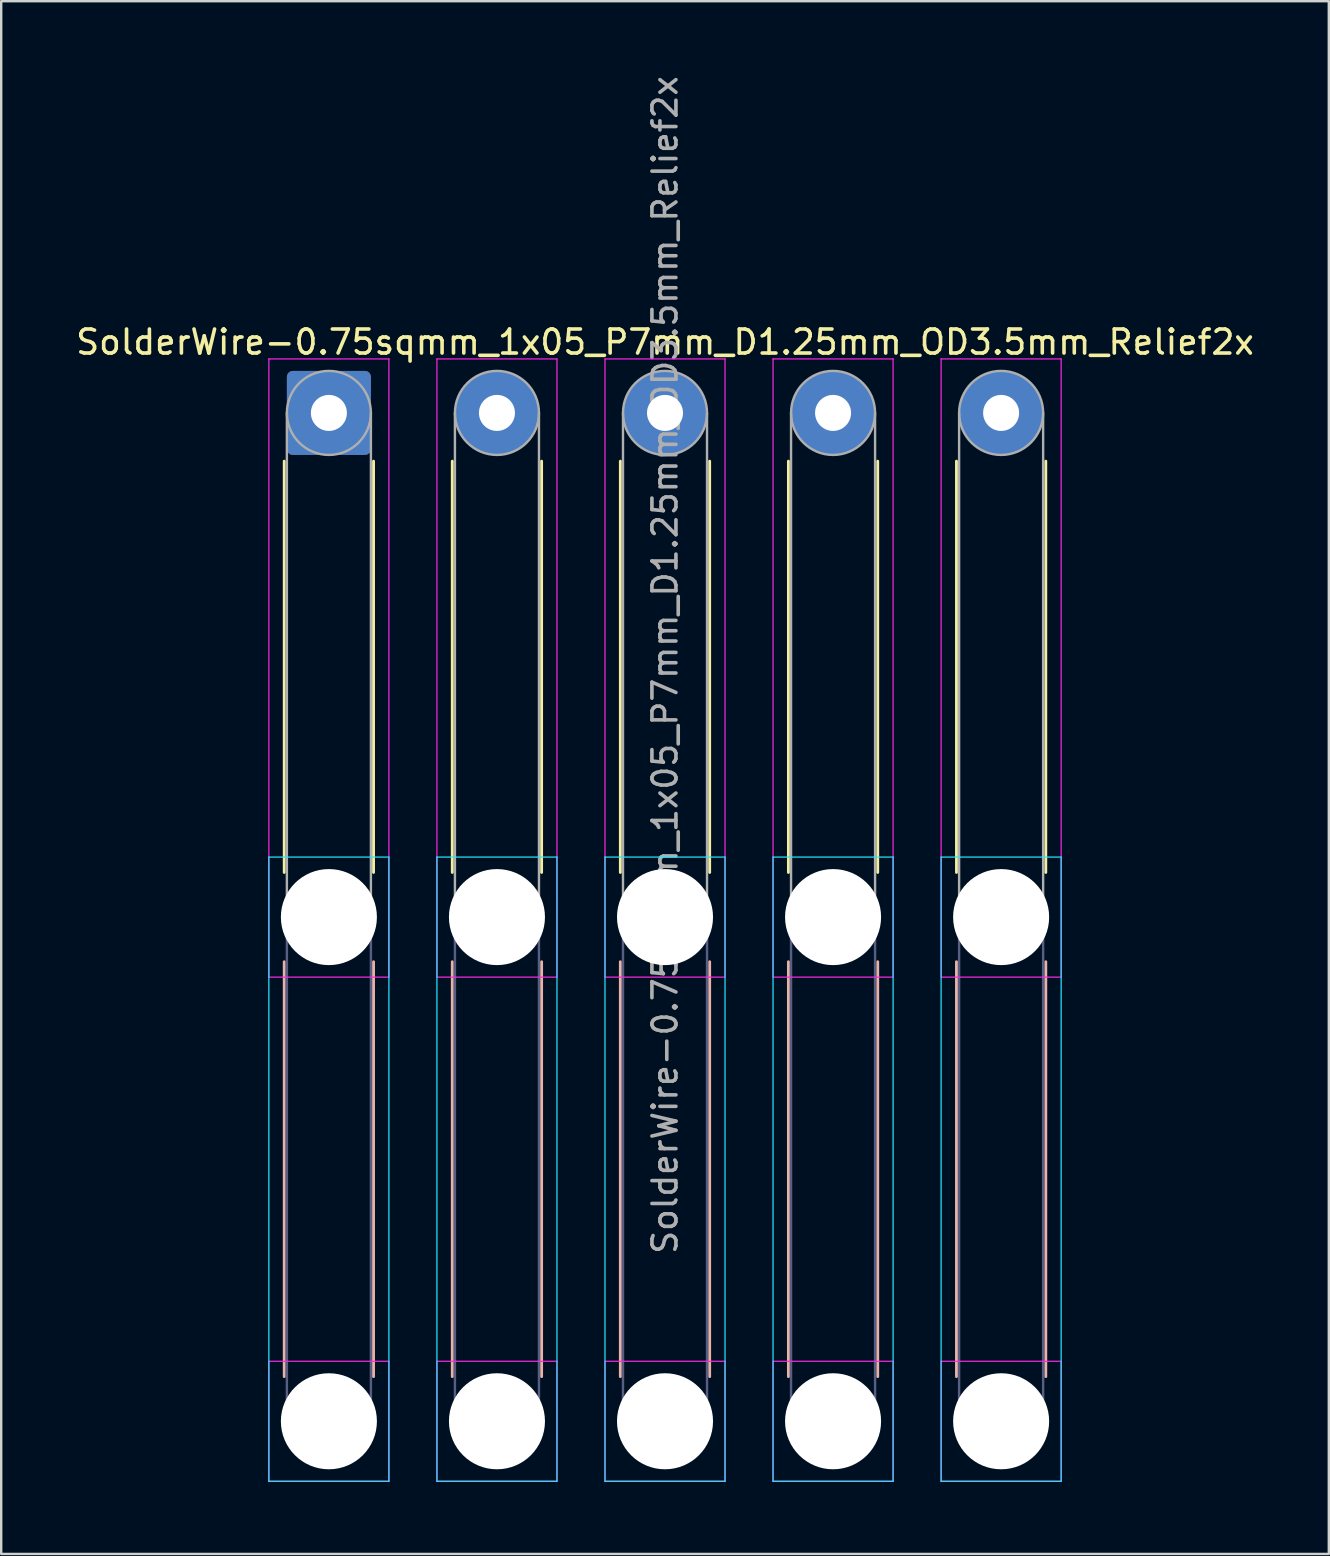
<source format=kicad_pcb>
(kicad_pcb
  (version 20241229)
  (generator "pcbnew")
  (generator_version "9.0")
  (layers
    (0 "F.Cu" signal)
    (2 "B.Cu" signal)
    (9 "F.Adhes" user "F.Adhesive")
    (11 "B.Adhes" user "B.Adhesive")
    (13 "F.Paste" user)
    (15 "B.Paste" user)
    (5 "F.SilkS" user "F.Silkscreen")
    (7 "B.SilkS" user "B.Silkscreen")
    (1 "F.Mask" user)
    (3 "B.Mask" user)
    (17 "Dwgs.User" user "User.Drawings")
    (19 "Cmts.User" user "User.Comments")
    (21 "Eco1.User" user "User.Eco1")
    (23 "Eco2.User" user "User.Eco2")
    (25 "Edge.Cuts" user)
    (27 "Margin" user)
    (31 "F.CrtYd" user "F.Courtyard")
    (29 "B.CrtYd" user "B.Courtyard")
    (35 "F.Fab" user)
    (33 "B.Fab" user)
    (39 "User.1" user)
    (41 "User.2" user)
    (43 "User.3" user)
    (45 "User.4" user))
  (footprint "SolderWire-0.75sqmm_1x05_P7mm_D1.25mm_OD3.5mm_Relief2x"
    (layer "F.Cu")
    (at 10.649 14.149)
    (property "Reference" "SolderWire-0.75sqmm_1x05_P7mm_D1.25mm_OD3.5mm_Relief2x" (at 14 -2.95 0) (layer "F.SilkS") (effects (font (size 1 1) (thickness 0.15))))
    (attr exclude_from_pos_files exclude_from_bom)
    (fp_line (start -1.86 2.01) (end -1.86 19.14) (stroke (width 0.12) (type solid)) (layer "F.SilkS"))
    (fp_line (start 1.86 2.01) (end 1.86 19.14) (stroke (width 0.12) (type solid)) (layer "F.SilkS"))
    (fp_line (start 5.14 2.01) (end 5.14 19.14) (stroke (width 0.12) (type solid)) (layer "F.SilkS"))
    (fp_line (start 8.86 2.01) (end 8.86 19.14) (stroke (width 0.12) (type solid)) (layer "F.SilkS"))
    (fp_line (start 12.14 2.01) (end 12.14 19.14) (stroke (width 0.12) (type solid)) (layer "F.SilkS"))
    (fp_line (start 15.86 2.01) (end 15.86 19.14) (stroke (width 0.12) (type solid)) (layer "F.SilkS"))
    (fp_line (start 19.14 2.01) (end 19.14 19.14) (stroke (width 0.12) (type solid)) (layer "F.SilkS"))
    (fp_line (start 22.86 2.01) (end 22.86 19.14) (stroke (width 0.12) (type solid)) (layer "F.SilkS"))
    (fp_line (start 26.14 2.01) (end 26.14 19.14) (stroke (width 0.12) (type solid)) (layer "F.SilkS"))
    (fp_line (start 29.86 2.01) (end 29.86 19.14) (stroke (width 0.12) (type solid)) (layer "F.SilkS"))
    (fp_line (start -1.86 22.86) (end -1.86 40.14) (stroke (width 0.12) (type solid)) (layer "B.SilkS"))
    (fp_line (start 1.86 22.86) (end 1.86 40.14) (stroke (width 0.12) (type solid)) (layer "B.SilkS"))
    (fp_line (start 5.14 22.86) (end 5.14 40.14) (stroke (width 0.12) (type solid)) (layer "B.SilkS"))
    (fp_line (start 8.86 22.86) (end 8.86 40.14) (stroke (width 0.12) (type solid)) (layer "B.SilkS"))
    (fp_line (start 12.14 22.86) (end 12.14 40.14) (stroke (width 0.12) (type solid)) (layer "B.SilkS"))
    (fp_line (start 15.86 22.86) (end 15.86 40.14) (stroke (width 0.12) (type solid)) (layer "B.SilkS"))
    (fp_line (start 19.14 22.86) (end 19.14 40.14) (stroke (width 0.12) (type solid)) (layer "B.SilkS"))
    (fp_line (start 22.86 22.86) (end 22.86 40.14) (stroke (width 0.12) (type solid)) (layer "B.SilkS"))
    (fp_line (start 26.14 22.86) (end 26.14 40.14) (stroke (width 0.12) (type solid)) (layer "B.SilkS"))
    (fp_line (start 29.86 22.86) (end 29.86 40.14) (stroke (width 0.12) (type solid)) (layer "B.SilkS"))
    (fp_line (start -2.5 18.5) (end -2.5 44.5) (stroke (width 0.05) (type solid)) (layer "B.CrtYd"))
    (fp_line (start -2.5 44.5) (end 2.5 44.5) (stroke (width 0.05) (type solid)) (layer "B.CrtYd"))
    (fp_line (start 2.5 18.5) (end -2.5 18.5) (stroke (width 0.05) (type solid)) (layer "B.CrtYd"))
    (fp_line (start 2.5 44.5) (end 2.5 18.5) (stroke (width 0.05) (type solid)) (layer "B.CrtYd"))
    (fp_line (start 4.5 18.5) (end 4.5 44.5) (stroke (width 0.05) (type solid)) (layer "B.CrtYd"))
    (fp_line (start 4.5 44.5) (end 9.5 44.5) (stroke (width 0.05) (type solid)) (layer "B.CrtYd"))
    (fp_line (start 9.5 18.5) (end 4.5 18.5) (stroke (width 0.05) (type solid)) (layer "B.CrtYd"))
    (fp_line (start 9.5 44.5) (end 9.5 18.5) (stroke (width 0.05) (type solid)) (layer "B.CrtYd"))
    (fp_line (start 11.5 18.5) (end 11.5 44.5) (stroke (width 0.05) (type solid)) (layer "B.CrtYd"))
    (fp_line (start 11.5 44.5) (end 16.5 44.5) (stroke (width 0.05) (type solid)) (layer "B.CrtYd"))
    (fp_line (start 16.5 18.5) (end 11.5 18.5) (stroke (width 0.05) (type solid)) (layer "B.CrtYd"))
    (fp_line (start 16.5 44.5) (end 16.5 18.5) (stroke (width 0.05) (type solid)) (layer "B.CrtYd"))
    (fp_line (start 18.5 18.5) (end 18.5 44.5) (stroke (width 0.05) (type solid)) (layer "B.CrtYd"))
    (fp_line (start 18.5 44.5) (end 23.5 44.5) (stroke (width 0.05) (type solid)) (layer "B.CrtYd"))
    (fp_line (start 23.5 18.5) (end 18.5 18.5) (stroke (width 0.05) (type solid)) (layer "B.CrtYd"))
    (fp_line (start 23.5 44.5) (end 23.5 18.5) (stroke (width 0.05) (type solid)) (layer "B.CrtYd"))
    (fp_line (start 25.5 18.5) (end 25.5 44.5) (stroke (width 0.05) (type solid)) (layer "B.CrtYd"))
    (fp_line (start 25.5 44.5) (end 30.5 44.5) (stroke (width 0.05) (type solid)) (layer "B.CrtYd"))
    (fp_line (start 30.5 18.5) (end 25.5 18.5) (stroke (width 0.05) (type solid)) (layer "B.CrtYd"))
    (fp_line (start 30.5 44.5) (end 30.5 18.5) (stroke (width 0.05) (type solid)) (layer "B.CrtYd"))
    (fp_line (start -2.5 -2.25) (end -2.5 23.5) (stroke (width 0.05) (type solid)) (layer "F.CrtYd"))
    (fp_line (start -2.5 23.5) (end 2.5 23.5) (stroke (width 0.05) (type solid)) (layer "F.CrtYd"))
    (fp_line (start -2.5 39.5) (end -2.5 44.5) (stroke (width 0.05) (type solid)) (layer "F.CrtYd"))
    (fp_line (start -2.5 44.5) (end 2.5 44.5) (stroke (width 0.05) (type solid)) (layer "F.CrtYd"))
    (fp_line (start 2.5 -2.25) (end -2.5 -2.25) (stroke (width 0.05) (type solid)) (layer "F.CrtYd"))
    (fp_line (start 2.5 23.5) (end 2.5 -2.25) (stroke (width 0.05) (type solid)) (layer "F.CrtYd"))
    (fp_line (start 2.5 39.5) (end -2.5 39.5) (stroke (width 0.05) (type solid)) (layer "F.CrtYd"))
    (fp_line (start 2.5 44.5) (end 2.5 39.5) (stroke (width 0.05) (type solid)) (layer "F.CrtYd"))
    (fp_line (start 4.5 -2.25) (end 4.5 23.5) (stroke (width 0.05) (type solid)) (layer "F.CrtYd"))
    (fp_line (start 4.5 23.5) (end 9.5 23.5) (stroke (width 0.05) (type solid)) (layer "F.CrtYd"))
    (fp_line (start 4.5 39.5) (end 4.5 44.5) (stroke (width 0.05) (type solid)) (layer "F.CrtYd"))
    (fp_line (start 4.5 44.5) (end 9.5 44.5) (stroke (width 0.05) (type solid)) (layer "F.CrtYd"))
    (fp_line (start 9.5 -2.25) (end 4.5 -2.25) (stroke (width 0.05) (type solid)) (layer "F.CrtYd"))
    (fp_line (start 9.5 23.5) (end 9.5 -2.25) (stroke (width 0.05) (type solid)) (layer "F.CrtYd"))
    (fp_line (start 9.5 39.5) (end 4.5 39.5) (stroke (width 0.05) (type solid)) (layer "F.CrtYd"))
    (fp_line (start 9.5 44.5) (end 9.5 39.5) (stroke (width 0.05) (type solid)) (layer "F.CrtYd"))
    (fp_line (start 11.5 -2.25) (end 11.5 23.5) (stroke (width 0.05) (type solid)) (layer "F.CrtYd"))
    (fp_line (start 11.5 23.5) (end 16.5 23.5) (stroke (width 0.05) (type solid)) (layer "F.CrtYd"))
    (fp_line (start 11.5 39.5) (end 11.5 44.5) (stroke (width 0.05) (type solid)) (layer "F.CrtYd"))
    (fp_line (start 11.5 44.5) (end 16.5 44.5) (stroke (width 0.05) (type solid)) (layer "F.CrtYd"))
    (fp_line (start 16.5 -2.25) (end 11.5 -2.25) (stroke (width 0.05) (type solid)) (layer "F.CrtYd"))
    (fp_line (start 16.5 23.5) (end 16.5 -2.25) (stroke (width 0.05) (type solid)) (layer "F.CrtYd"))
    (fp_line (start 16.5 39.5) (end 11.5 39.5) (stroke (width 0.05) (type solid)) (layer "F.CrtYd"))
    (fp_line (start 16.5 44.5) (end 16.5 39.5) (stroke (width 0.05) (type solid)) (layer "F.CrtYd"))
    (fp_line (start 18.5 -2.25) (end 18.5 23.5) (stroke (width 0.05) (type solid)) (layer "F.CrtYd"))
    (fp_line (start 18.5 23.5) (end 23.5 23.5) (stroke (width 0.05) (type solid)) (layer "F.CrtYd"))
    (fp_line (start 18.5 39.5) (end 18.5 44.5) (stroke (width 0.05) (type solid)) (layer "F.CrtYd"))
    (fp_line (start 18.5 44.5) (end 23.5 44.5) (stroke (width 0.05) (type solid)) (layer "F.CrtYd"))
    (fp_line (start 23.5 -2.25) (end 18.5 -2.25) (stroke (width 0.05) (type solid)) (layer "F.CrtYd"))
    (fp_line (start 23.5 23.5) (end 23.5 -2.25) (stroke (width 0.05) (type solid)) (layer "F.CrtYd"))
    (fp_line (start 23.5 39.5) (end 18.5 39.5) (stroke (width 0.05) (type solid)) (layer "F.CrtYd"))
    (fp_line (start 23.5 44.5) (end 23.5 39.5) (stroke (width 0.05) (type solid)) (layer "F.CrtYd"))
    (fp_line (start 25.5 -2.25) (end 25.5 23.5) (stroke (width 0.05) (type solid)) (layer "F.CrtYd"))
    (fp_line (start 25.5 23.5) (end 30.5 23.5) (stroke (width 0.05) (type solid)) (layer "F.CrtYd"))
    (fp_line (start 25.5 39.5) (end 25.5 44.5) (stroke (width 0.05) (type solid)) (layer "F.CrtYd"))
    (fp_line (start 25.5 44.5) (end 30.5 44.5) (stroke (width 0.05) (type solid)) (layer "F.CrtYd"))
    (fp_line (start 30.5 -2.25) (end 25.5 -2.25) (stroke (width 0.05) (type solid)) (layer "F.CrtYd"))
    (fp_line (start 30.5 23.5) (end 30.5 -2.25) (stroke (width 0.05) (type solid)) (layer "F.CrtYd"))
    (fp_line (start 30.5 39.5) (end 25.5 39.5) (stroke (width 0.05) (type solid)) (layer "F.CrtYd"))
    (fp_line (start 30.5 44.5) (end 30.5 39.5) (stroke (width 0.05) (type solid)) (layer "F.CrtYd"))
    (fp_line (start -1.75 21) (end -1.75 42) (stroke (width 0.1) (type solid)) (layer "B.Fab"))
    (fp_line (start 1.75 21) (end 1.75 42) (stroke (width 0.1) (type solid)) (layer "B.Fab"))
    (fp_line (start 5.25 21) (end 5.25 42) (stroke (width 0.1) (type solid)) (layer "B.Fab"))
    (fp_line (start 8.75 21) (end 8.75 42) (stroke (width 0.1) (type solid)) (layer "B.Fab"))
    (fp_line (start 12.25 21) (end 12.25 42) (stroke (width 0.1) (type solid)) (layer "B.Fab"))
    (fp_line (start 15.75 21) (end 15.75 42) (stroke (width 0.1) (type solid)) (layer "B.Fab"))
    (fp_line (start 19.25 21) (end 19.25 42) (stroke (width 0.1) (type solid)) (layer "B.Fab"))
    (fp_line (start 22.75 21) (end 22.75 42) (stroke (width 0.1) (type solid)) (layer "B.Fab"))
    (fp_line (start 26.25 21) (end 26.25 42) (stroke (width 0.1) (type solid)) (layer "B.Fab"))
    (fp_line (start 29.75 21) (end 29.75 42) (stroke (width 0.1) (type solid)) (layer "B.Fab"))
    (fp_circle (center 0 21) (end 1.75 21) (stroke (width 0.1) (type solid)) (fill no) (layer "B.Fab"))
    (fp_circle (center 0 42) (end 1.75 42) (stroke (width 0.1) (type solid)) (fill no) (layer "B.Fab"))
    (fp_circle (center 7 21) (end 8.75 21) (stroke (width 0.1) (type solid)) (fill no) (layer "B.Fab"))
    (fp_circle (center 7 42) (end 8.75 42) (stroke (width 0.1) (type solid)) (fill no) (layer "B.Fab"))
    (fp_circle (center 14 21) (end 15.75 21) (stroke (width 0.1) (type solid)) (fill no) (layer "B.Fab"))
    (fp_circle (center 14 42) (end 15.75 42) (stroke (width 0.1) (type solid)) (fill no) (layer "B.Fab"))
    (fp_circle (center 21 21) (end 22.75 21) (stroke (width 0.1) (type solid)) (fill no) (layer "B.Fab"))
    (fp_circle (center 21 42) (end 22.75 42) (stroke (width 0.1) (type solid)) (fill no) (layer "B.Fab"))
    (fp_circle (center 28 21) (end 29.75 21) (stroke (width 0.1) (type solid)) (fill no) (layer "B.Fab"))
    (fp_circle (center 28 42) (end 29.75 42) (stroke (width 0.1) (type solid)) (fill no) (layer "B.Fab"))
    (fp_line (start -1.75 0) (end -1.75 21) (stroke (width 0.1) (type solid)) (layer "F.Fab"))
    (fp_line (start 1.75 0) (end 1.75 21) (stroke (width 0.1) (type solid)) (layer "F.Fab"))
    (fp_line (start 5.25 0) (end 5.25 21) (stroke (width 0.1) (type solid)) (layer "F.Fab"))
    (fp_line (start 8.75 0) (end 8.75 21) (stroke (width 0.1) (type solid)) (layer "F.Fab"))
    (fp_line (start 12.25 0) (end 12.25 21) (stroke (width 0.1) (type solid)) (layer "F.Fab"))
    (fp_line (start 15.75 0) (end 15.75 21) (stroke (width 0.1) (type solid)) (layer "F.Fab"))
    (fp_line (start 19.25 0) (end 19.25 21) (stroke (width 0.1) (type solid)) (layer "F.Fab"))
    (fp_line (start 22.75 0) (end 22.75 21) (stroke (width 0.1) (type solid)) (layer "F.Fab"))
    (fp_line (start 26.25 0) (end 26.25 21) (stroke (width 0.1) (type solid)) (layer "F.Fab"))
    (fp_line (start 29.75 0) (end 29.75 21) (stroke (width 0.1) (type solid)) (layer "F.Fab"))
    (fp_circle (center 0 0) (end 1.75 0) (stroke (width 0.1) (type solid)) (fill no) (layer "F.Fab"))
    (fp_circle (center 0 21) (end 1.75 21) (stroke (width 0.1) (type solid)) (fill no) (layer "F.Fab"))
    (fp_circle (center 0 42) (end 1.75 42) (stroke (width 0.1) (type solid)) (fill no) (layer "F.Fab"))
    (fp_circle (center 7 0) (end 8.75 0) (stroke (width 0.1) (type solid)) (fill no) (layer "F.Fab"))
    (fp_circle (center 7 21) (end 8.75 21) (stroke (width 0.1) (type solid)) (fill no) (layer "F.Fab"))
    (fp_circle (center 7 42) (end 8.75 42) (stroke (width 0.1) (type solid)) (fill no) (layer "F.Fab"))
    (fp_circle (center 14 0) (end 15.75 0) (stroke (width 0.1) (type solid)) (fill no) (layer "F.Fab"))
    (fp_circle (center 14 21) (end 15.75 21) (stroke (width 0.1) (type solid)) (fill no) (layer "F.Fab"))
    (fp_circle (center 14 42) (end 15.75 42) (stroke (width 0.1) (type solid)) (fill no) (layer "F.Fab"))
    (fp_circle (center 21 0) (end 22.75 0) (stroke (width 0.1) (type solid)) (fill no) (layer "F.Fab"))
    (fp_circle (center 21 21) (end 22.75 21) (stroke (width 0.1) (type solid)) (fill no) (layer "F.Fab"))
    (fp_circle (center 21 42) (end 22.75 42) (stroke (width 0.1) (type solid)) (fill no) (layer "F.Fab"))
    (fp_circle (center 28 0) (end 29.75 0) (stroke (width 0.1) (type solid)) (fill no) (layer "F.Fab"))
    (fp_circle (center 28 21) (end 29.75 21) (stroke (width 0.1) (type solid)) (fill no) (layer "F.Fab"))
    (fp_circle (center 28 42) (end 29.75 42) (stroke (width 0.1) (type solid)) (fill no) (layer "F.Fab"))
    (fp_text user "${REFERENCE}" (at 14 10.5 90) (layer "F.Fab") (effects (font (size 1 1) (thickness 0.15))))
    (pad "" np_thru_hole circle (at 0 21) (size 4 4) (drill 4) (layers "*.Cu" "*.Mask"))
    (pad "" np_thru_hole circle (at 0 42) (size 4 4) (drill 4) (layers "*.Cu" "*.Mask"))
    (pad "" np_thru_hole circle (at 7 21) (size 4 4) (drill 4) (layers "*.Cu" "*.Mask"))
    (pad "" np_thru_hole circle (at 7 42) (size 4 4) (drill 4) (layers "*.Cu" "*.Mask"))
    (pad "" np_thru_hole circle (at 14 21) (size 4 4) (drill 4) (layers "*.Cu" "*.Mask"))
    (pad "" np_thru_hole circle (at 14 42) (size 4 4) (drill 4) (layers "*.Cu" "*.Mask"))
    (pad "" np_thru_hole circle (at 21 21) (size 4 4) (drill 4) (layers "*.Cu" "*.Mask"))
    (pad "" np_thru_hole circle (at 21 42) (size 4 4) (drill 4) (layers "*.Cu" "*.Mask"))
    (pad "" np_thru_hole circle (at 28 21) (size 4 4) (drill 4) (layers "*.Cu" "*.Mask"))
    (pad "" np_thru_hole circle (at 28 42) (size 4 4) (drill 4) (layers "*.Cu" "*.Mask"))
    (pad "1" thru_hole roundrect (at 0 0) (size 3.5 3.5) (drill 1.5) (layers "*.Cu" "*.Mask") (roundrect_rratio 0.071))
    (pad "2" thru_hole circle (at 7 0) (size 3.5 3.5) (drill 1.5) (layers "*.Cu" "*.Mask"))
    (pad "3" thru_hole circle (at 14 0) (size 3.5 3.5) (drill 1.5) (layers "*.Cu" "*.Mask"))
    (pad "4" thru_hole circle (at 21 0) (size 3.5 3.5) (drill 1.5) (layers "*.Cu" "*.Mask"))
    (pad "5" thru_hole circle (at 28 0) (size 3.5 3.5) (drill 1.5) (layers "*.Cu" "*.Mask")))
  (gr_rect
    (start -3 -3)
    (end 52.298 61.674)
    (stroke (width 0.1) (type default))
    (fill no)
    (layer "Edge.Cuts")))
</source>
